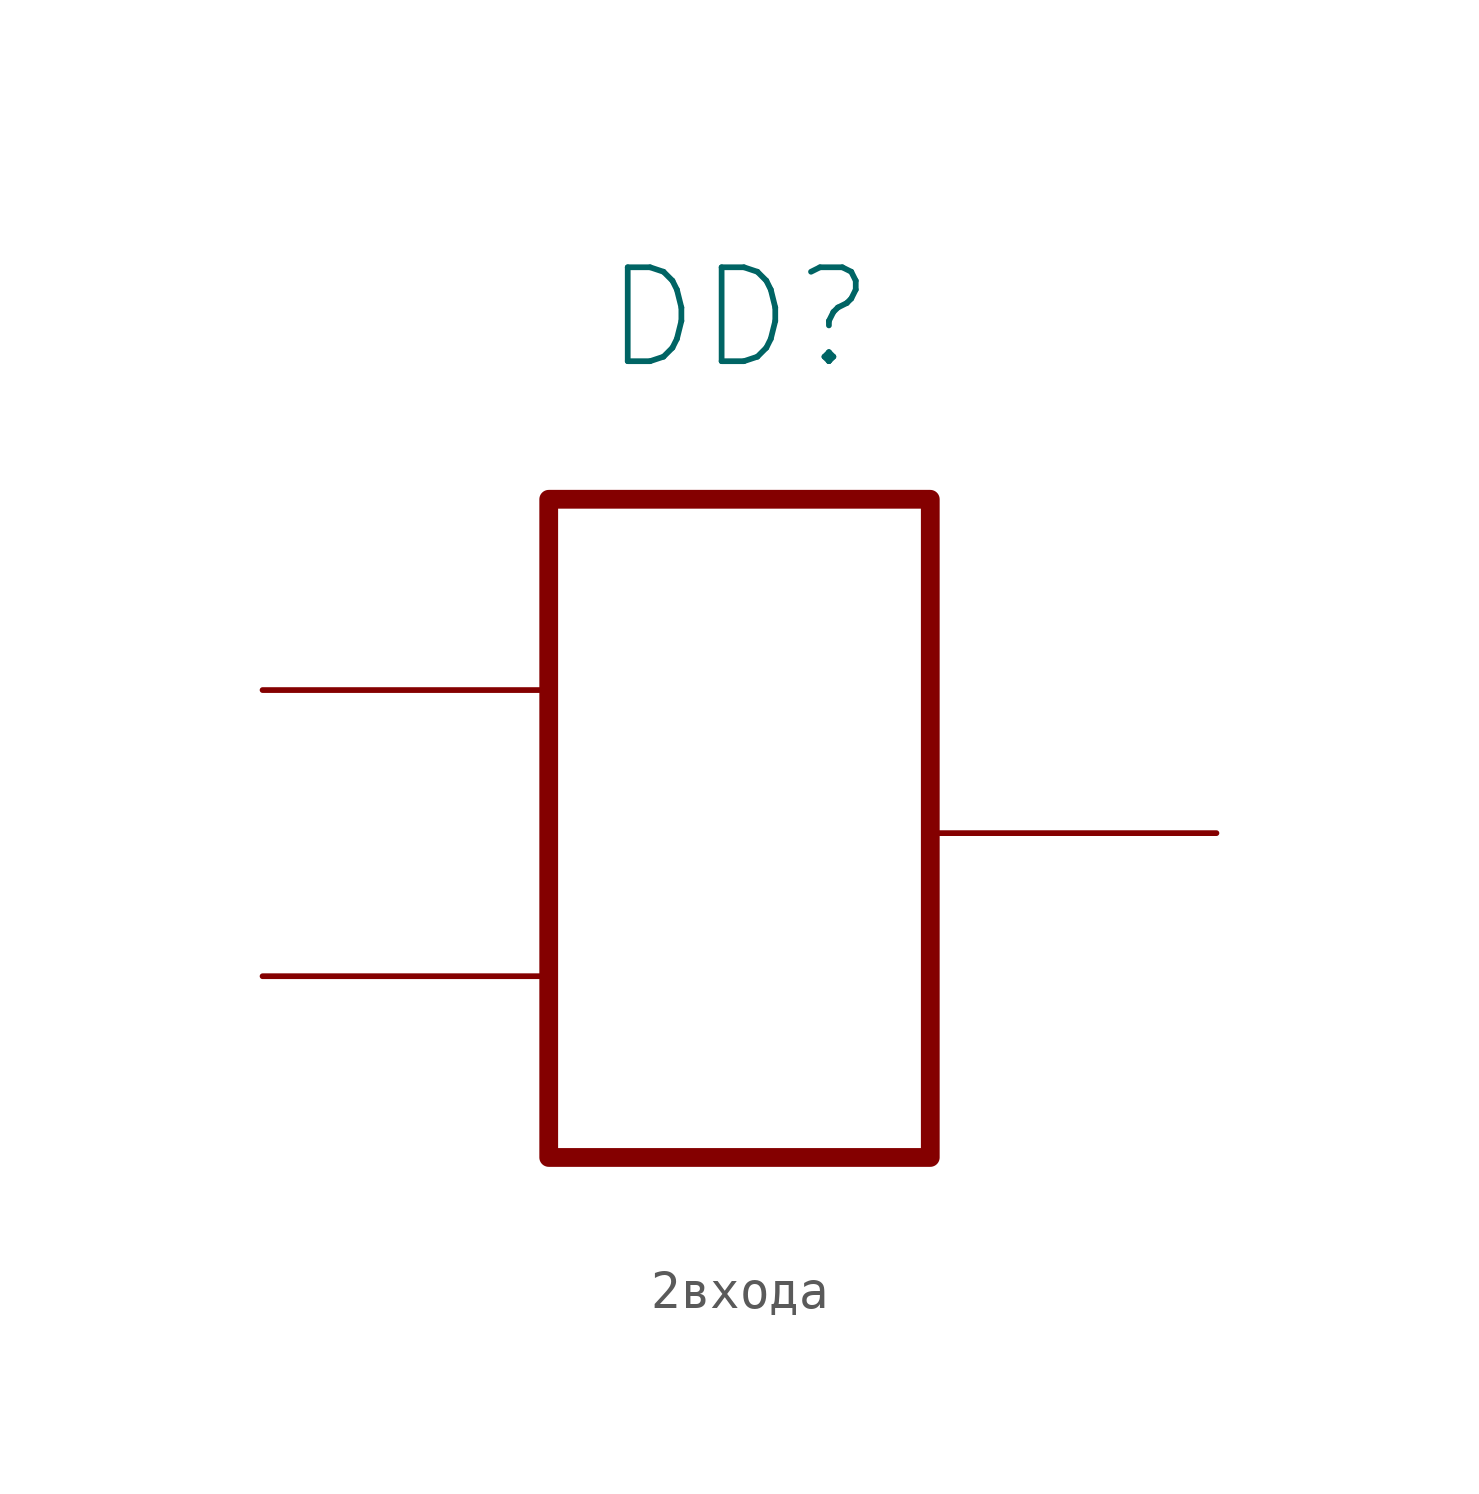
<source format=kicad_sym>
(kicad_symbol_lib
  (version 20220914)
  (generator kicad_symbol_editor)
  (symbol "2входа"
    (property "Reference" "DD"
      (at 0 9.906 0)
      (effects (font (size 2.5 2.5))))
    (property "Value" ""
      (at 0 0 0)
      (effects (font (size 1.27 1.27))))
    (symbol "2входа_1_1"
      (polyline (pts (xy 5.08 -3.81) (xy 5.08 5.08) (xy -5.08 5.08) (xy -5.08 -12.446) (xy 5.08 -12.446) (xy 5.08 -3.81)) (stroke (width 0.5) (type default)) (fill (type none)))
      (pin input line (at -12.7 -7.62 0) (length 7.62) (name "~" (effects (font (size 2.5 2.5)))) (number "" (effects (font (size 2.5 2.5)))))
      (pin input line (at -12.7 0 0) (length 7.62) (name "~" (effects (font (size 2.5 2.5)))) (number "" (effects (font (size 2.5 2.5)))))
      (pin output line (at 12.7 -3.81 180) (length 7.62) (name "~" (effects (font (size 2.5 2.5)))) (number "" (effects (font (size 2.5 2.5))))))))
</source>
